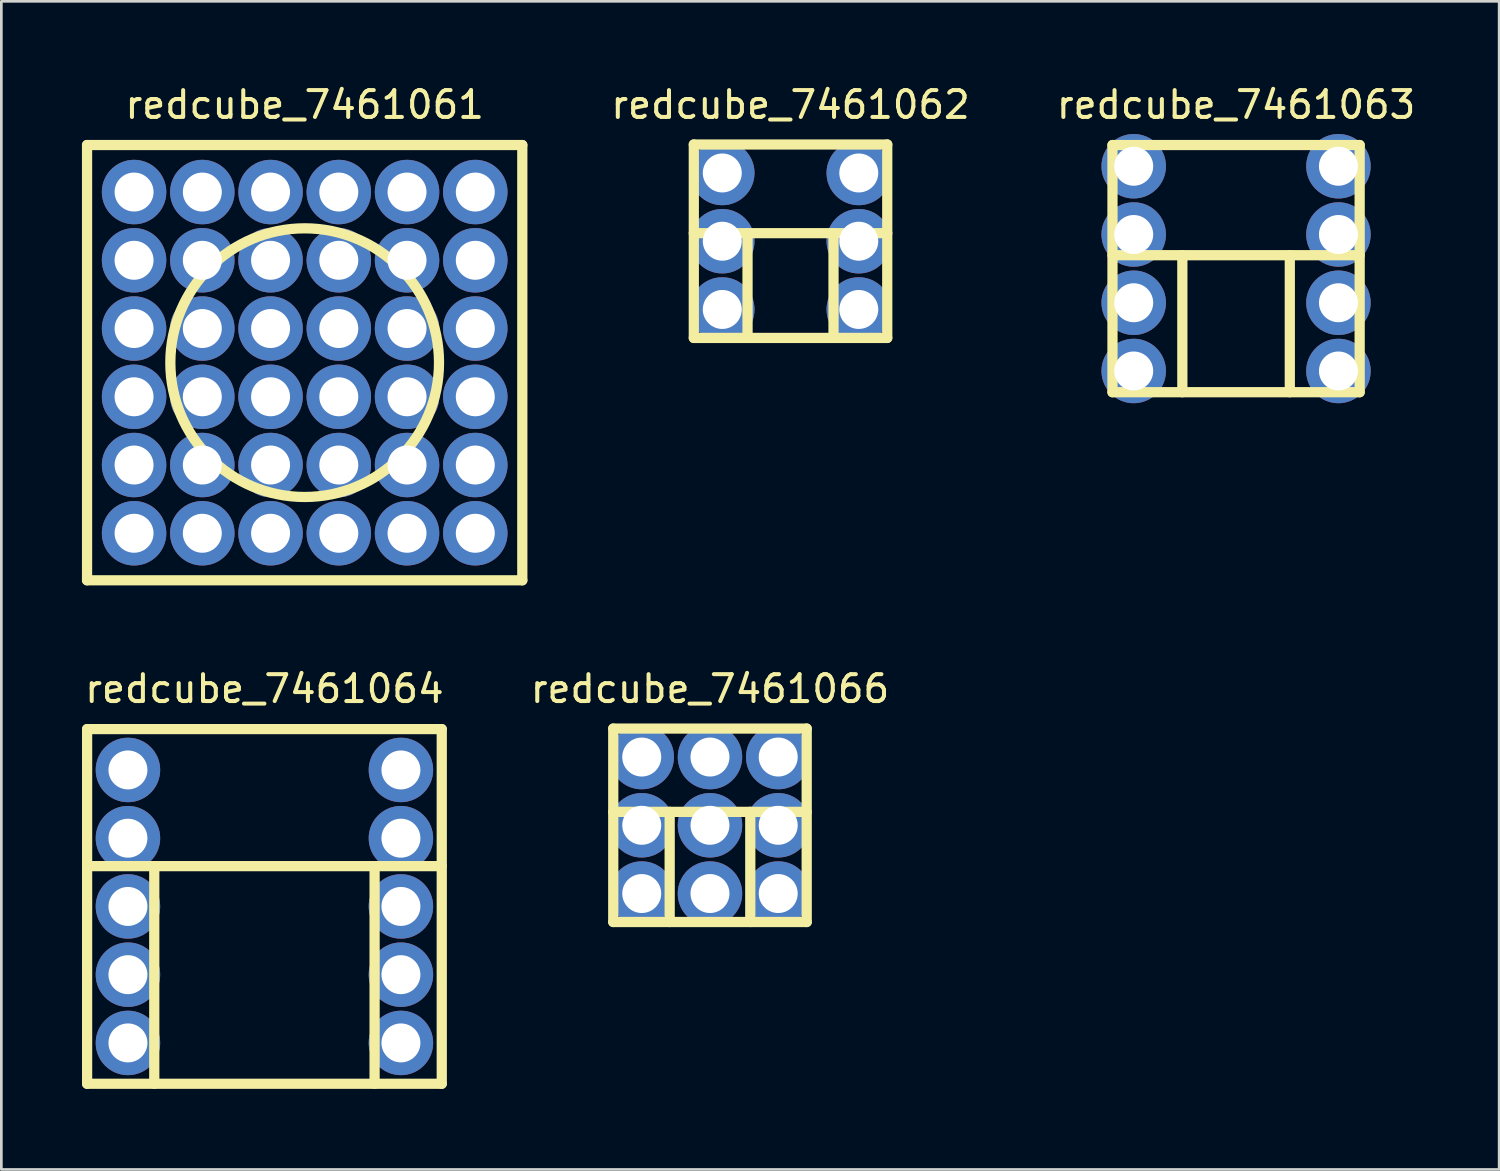
<source format=kicad_pcb>
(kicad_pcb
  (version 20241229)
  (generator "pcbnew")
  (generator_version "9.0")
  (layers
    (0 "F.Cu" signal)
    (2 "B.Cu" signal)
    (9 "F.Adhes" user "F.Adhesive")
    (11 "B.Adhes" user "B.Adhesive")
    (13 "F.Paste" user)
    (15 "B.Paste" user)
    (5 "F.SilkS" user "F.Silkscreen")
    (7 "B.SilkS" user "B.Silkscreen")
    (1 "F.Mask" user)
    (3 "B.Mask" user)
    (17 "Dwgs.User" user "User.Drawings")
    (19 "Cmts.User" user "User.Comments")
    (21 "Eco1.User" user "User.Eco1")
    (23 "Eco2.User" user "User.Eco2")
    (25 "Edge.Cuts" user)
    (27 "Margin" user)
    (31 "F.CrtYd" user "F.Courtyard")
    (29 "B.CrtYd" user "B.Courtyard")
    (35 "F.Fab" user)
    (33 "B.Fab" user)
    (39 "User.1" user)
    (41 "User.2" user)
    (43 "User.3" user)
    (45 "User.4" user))
  (footprint "redcube_7461061"
    (layer "F.Cu")
    (at 8.29 10.448)
    (property "Reference" "redcube_7461061" (at 0 -9.6 0) (layer "F.SilkS") (effects (font (size 1 1) (thickness 0.15))))
    (attr through_hole)
    (fp_line (start -8.1 -8.1) (end 8.1 -8.1) (stroke (width 0.381) (type solid)) (layer "F.SilkS"))
    (fp_line (start -8.1 8.1) (end -8.1 -8.1) (stroke (width 0.381) (type solid)) (layer "F.SilkS"))
    (fp_line (start 8.1 -8.1) (end 8.1 8.1) (stroke (width 0.381) (type solid)) (layer "F.SilkS"))
    (fp_line (start 8.1 8.1) (end -8.1 8.1) (stroke (width 0.381) (type solid)) (layer "F.SilkS"))
    (fp_circle (center 0 0) (end 5 0) (stroke (width 0.381) (type solid)) (fill no) (layer "F.SilkS"))
    (pad "1" thru_hole circle (at -6.35 -6.35) (size 2.4 2.4) (drill 1.45) (layers "*.Cu" "*.Mask"))
    (pad "1" thru_hole circle (at -6.35 -3.81) (size 2.4 2.4) (drill 1.45) (layers "*.Cu" "*.Mask"))
    (pad "1" thru_hole circle (at -6.35 -1.27) (size 2.4 2.4) (drill 1.45) (layers "*.Cu" "*.Mask"))
    (pad "1" thru_hole circle (at -6.35 1.27) (size 2.4 2.4) (drill 1.45) (layers "*.Cu" "*.Mask"))
    (pad "1" thru_hole circle (at -6.35 3.81) (size 2.4 2.4) (drill 1.45) (layers "*.Cu" "*.Mask"))
    (pad "1" thru_hole circle (at -6.35 6.35) (size 2.4 2.4) (drill 1.45) (layers "*.Cu" "*.Mask"))
    (pad "1" thru_hole circle (at -3.81 -6.35) (size 2.4 2.4) (drill 1.45) (layers "*.Cu" "*.Mask"))
    (pad "1" thru_hole circle (at -3.81 -3.81) (size 2.4 2.4) (drill 1.45) (layers "*.Cu" "*.Mask"))
    (pad "1" thru_hole circle (at -3.81 -1.27) (size 2.4 2.4) (drill 1.45) (layers "*.Cu" "*.Mask"))
    (pad "1" thru_hole circle (at -3.81 1.27) (size 2.4 2.4) (drill 1.45) (layers "*.Cu" "*.Mask"))
    (pad "1" thru_hole circle (at -3.81 3.81) (size 2.4 2.4) (drill 1.45) (layers "*.Cu" "*.Mask"))
    (pad "1" thru_hole circle (at -3.81 6.35) (size 2.4 2.4) (drill 1.45) (layers "*.Cu" "*.Mask"))
    (pad "1" thru_hole circle (at -1.27 -6.35) (size 2.4 2.4) (drill 1.45) (layers "*.Cu" "*.Mask"))
    (pad "1" thru_hole circle (at -1.27 -3.81) (size 2.4 2.4) (drill 1.45) (layers "*.Cu" "*.Mask"))
    (pad "1" thru_hole circle (at -1.27 -1.27) (size 2.4 2.4) (drill 1.45) (layers "*.Cu" "*.Mask"))
    (pad "1" thru_hole circle (at -1.27 1.27) (size 2.4 2.4) (drill 1.45) (layers "*.Cu" "*.Mask"))
    (pad "1" thru_hole circle (at -1.27 3.81) (size 2.4 2.4) (drill 1.45) (layers "*.Cu" "*.Mask"))
    (pad "1" thru_hole circle (at -1.27 6.35) (size 2.4 2.4) (drill 1.45) (layers "*.Cu" "*.Mask"))
    (pad "1" thru_hole circle (at 1.27 -6.35) (size 2.4 2.4) (drill 1.45) (layers "*.Cu" "*.Mask"))
    (pad "1" thru_hole circle (at 1.27 -3.81) (size 2.4 2.4) (drill 1.45) (layers "*.Cu" "*.Mask"))
    (pad "1" thru_hole circle (at 1.27 -1.27) (size 2.4 2.4) (drill 1.45) (layers "*.Cu" "*.Mask"))
    (pad "1" thru_hole circle (at 1.27 1.27) (size 2.4 2.4) (drill 1.45) (layers "*.Cu" "*.Mask"))
    (pad "1" thru_hole circle (at 1.27 3.81) (size 2.4 2.4) (drill 1.45) (layers "*.Cu" "*.Mask"))
    (pad "1" thru_hole circle (at 1.27 6.35) (size 2.4 2.4) (drill 1.45) (layers "*.Cu" "*.Mask"))
    (pad "1" thru_hole circle (at 3.81 -6.35) (size 2.4 2.4) (drill 1.45) (layers "*.Cu" "*.Mask"))
    (pad "1" thru_hole circle (at 3.81 -3.81) (size 2.4 2.4) (drill 1.45) (layers "*.Cu" "*.Mask"))
    (pad "1" thru_hole circle (at 3.81 -1.27) (size 2.4 2.4) (drill 1.45) (layers "*.Cu" "*.Mask"))
    (pad "1" thru_hole circle (at 3.81 1.27) (size 2.4 2.4) (drill 1.45) (layers "*.Cu" "*.Mask"))
    (pad "1" thru_hole circle (at 3.81 3.81) (size 2.4 2.4) (drill 1.45) (layers "*.Cu" "*.Mask"))
    (pad "1" thru_hole circle (at 3.81 6.35) (size 2.4 2.4) (drill 1.45) (layers "*.Cu" "*.Mask"))
    (pad "1" thru_hole circle (at 6.35 -6.35) (size 2.4 2.4) (drill 1.45) (layers "*.Cu" "*.Mask"))
    (pad "1" thru_hole circle (at 6.35 -3.81) (size 2.4 2.4) (drill 1.45) (layers "*.Cu" "*.Mask"))
    (pad "1" thru_hole circle (at 6.35 -1.27) (size 2.4 2.4) (drill 1.45) (layers "*.Cu" "*.Mask"))
    (pad "1" thru_hole circle (at 6.35 1.27) (size 2.4 2.4) (drill 1.45) (layers "*.Cu" "*.Mask"))
    (pad "1" thru_hole circle (at 6.35 3.81) (size 2.4 2.4) (drill 1.45) (layers "*.Cu" "*.Mask"))
    (pad "1" thru_hole circle (at 6.35 6.35) (size 2.4 2.4) (drill 1.45) (layers "*.Cu" "*.Mask")))
  (footprint "redcube_7461064"
    (layer "F.Cu")
    (at 6.792 30.687)
    (property "Reference" "redcube_7461064" (at 0 -8.1 0) (layer "F.SilkS") (effects (font (size 1 1) (thickness 0.15))))
    (attr through_hole)
    (fp_line (start -6.6 -6.6) (end 6.6 -6.6) (stroke (width 0.381) (type solid)) (layer "F.SilkS"))
    (fp_line (start -6.6 6.6) (end -6.6 -6.6) (stroke (width 0.381) (type solid)) (layer "F.SilkS"))
    (fp_line (start -4.1 -1.5) (end -4.1 6.6) (stroke (width 0.381) (type solid)) (layer "F.SilkS"))
    (fp_line (start 4.1 -1.5) (end 4.1 6.6) (stroke (width 0.381) (type solid)) (layer "F.SilkS"))
    (fp_line (start 6.6 -6.6) (end 6.6 6.6) (stroke (width 0.381) (type solid)) (layer "F.SilkS"))
    (fp_line (start 6.6 -1.5) (end -6.6 -1.5) (stroke (width 0.381) (type solid)) (layer "F.SilkS"))
    (fp_line (start 6.6 6.6) (end -6.6 6.6) (stroke (width 0.381) (type solid)) (layer "F.SilkS"))
    (pad "1" thru_hole circle (at -5.08 -5.08) (size 2.4 2.4) (drill 1.45) (layers "*.Cu" "*.Mask"))
    (pad "1" thru_hole circle (at -5.08 -2.54) (size 2.4 2.4) (drill 1.45) (layers "*.Cu" "*.Mask"))
    (pad "1" thru_hole circle (at -5.08 0) (size 2.4 2.4) (drill 1.45) (layers "*.Cu" "*.Mask"))
    (pad "1" thru_hole circle (at -5.08 2.54) (size 2.4 2.4) (drill 1.45) (layers "*.Cu" "*.Mask"))
    (pad "1" thru_hole circle (at -5.08 5.08) (size 2.4 2.4) (drill 1.45) (layers "*.Cu" "*.Mask"))
    (pad "1" thru_hole circle (at 5.08 -5.08) (size 2.4 2.4) (drill 1.45) (layers "*.Cu" "*.Mask"))
    (pad "1" thru_hole circle (at 5.08 -2.54) (size 2.4 2.4) (drill 1.45) (layers "*.Cu" "*.Mask"))
    (pad "1" thru_hole circle (at 5.08 0) (size 2.4 2.4) (drill 1.45) (layers "*.Cu" "*.Mask"))
    (pad "1" thru_hole circle (at 5.08 2.54) (size 2.4 2.4) (drill 1.45) (layers "*.Cu" "*.Mask"))
    (pad "1" thru_hole circle (at 5.08 5.08) (size 2.4 2.4) (drill 1.45) (layers "*.Cu" "*.Mask")))
  (footprint "redcube_7461063"
    (layer "F.Cu")
    (at 42.956 6.948)
    (property "Reference" "redcube_7461063" (at 0 -6.1 0) (layer "F.SilkS") (effects (font (size 1 1) (thickness 0.15))))
    (attr through_hole)
    (fp_line (start -4.6 -4.6) (end 4.6 -4.6) (stroke (width 0.381) (type solid)) (layer "F.SilkS"))
    (fp_line (start -4.6 4.6) (end -4.6 -4.6) (stroke (width 0.381) (type solid)) (layer "F.SilkS"))
    (fp_line (start -2 -0.5) (end -2 4.6) (stroke (width 0.381) (type solid)) (layer "F.SilkS"))
    (fp_line (start 2 -0.5) (end 2 4.6) (stroke (width 0.381) (type solid)) (layer "F.SilkS"))
    (fp_line (start 4.6 -4.6) (end 4.6 4.6) (stroke (width 0.381) (type solid)) (layer "F.SilkS"))
    (fp_line (start 4.6 -0.5) (end -4.6 -0.5) (stroke (width 0.381) (type solid)) (layer "F.SilkS"))
    (fp_line (start 4.6 4.6) (end -4.6 4.6) (stroke (width 0.381) (type solid)) (layer "F.SilkS"))
    (pad "1" thru_hole circle (at -3.81 -3.81) (size 2.4 2.4) (drill 1.45) (layers "*.Cu" "*.Mask"))
    (pad "1" thru_hole circle (at -3.81 -1.27) (size 2.4 2.4) (drill 1.45) (layers "*.Cu" "*.Mask"))
    (pad "1" thru_hole circle (at -3.81 1.27) (size 2.4 2.4) (drill 1.45) (layers "*.Cu" "*.Mask"))
    (pad "1" thru_hole circle (at -3.81 3.81) (size 2.4 2.4) (drill 1.45) (layers "*.Cu" "*.Mask"))
    (pad "1" thru_hole circle (at 3.81 -3.81) (size 2.4 2.4) (drill 1.45) (layers "*.Cu" "*.Mask"))
    (pad "1" thru_hole circle (at 3.81 -1.27) (size 2.4 2.4) (drill 1.45) (layers "*.Cu" "*.Mask"))
    (pad "1" thru_hole circle (at 3.81 1.27) (size 2.4 2.4) (drill 1.45) (layers "*.Cu" "*.Mask"))
    (pad "1" thru_hole circle (at 3.81 3.81) (size 2.4 2.4) (drill 1.45) (layers "*.Cu" "*.Mask")))
  (footprint "redcube_7461062"
    (layer "F.Cu")
    (at 26.373 5.928)
    (property "Reference" "redcube_7461062" (at 0 -5.08 0) (layer "F.SilkS") (effects (font (size 1 1) (thickness 0.15))))
    (attr through_hole)
    (fp_line (start -3.6 -3.6) (end 3.6 -3.6) (stroke (width 0.381) (type solid)) (layer "F.SilkS"))
    (fp_line (start -3.6 3.6) (end -3.6 -3.6) (stroke (width 0.381) (type solid)) (layer "F.SilkS"))
    (fp_line (start -1.6 -0.3) (end -1.6 3.6) (stroke (width 0.381) (type solid)) (layer "F.SilkS"))
    (fp_line (start 1.6 -0.3) (end 1.6 3.6) (stroke (width 0.381) (type solid)) (layer "F.SilkS"))
    (fp_line (start 3.6 -3.6) (end 3.6 3.6) (stroke (width 0.381) (type solid)) (layer "F.SilkS"))
    (fp_line (start 3.6 -0.3) (end -3.6 -0.3) (stroke (width 0.381) (type solid)) (layer "F.SilkS"))
    (fp_line (start 3.6 3.6) (end -3.6 3.6) (stroke (width 0.381) (type solid)) (layer "F.SilkS"))
    (pad "1" thru_hole circle (at -2.54 -2.54) (size 2.4 2.4) (drill 1.45) (layers "*.Cu" "*.Mask"))
    (pad "1" thru_hole circle (at -2.54 0) (size 2.4 2.4) (drill 1.45) (layers "*.Cu" "*.Mask"))
    (pad "1" thru_hole circle (at -2.54 2.54) (size 2.4 2.4) (drill 1.45) (layers "*.Cu" "*.Mask"))
    (pad "1" thru_hole circle (at 2.54 -2.54) (size 2.4 2.4) (drill 1.45) (layers "*.Cu" "*.Mask"))
    (pad "1" thru_hole circle (at 2.54 0) (size 2.4 2.4) (drill 1.45) (layers "*.Cu" "*.Mask"))
    (pad "1" thru_hole circle (at 2.54 2.54) (size 2.4 2.4) (drill 1.45) (layers "*.Cu" "*.Mask")))
  (footprint "redcube_7461066"
    (layer "F.Cu")
    (at 23.375 27.667)
    (property "Reference" "redcube_7461066" (at 0 -5.08 0) (layer "F.SilkS") (effects (font (size 1 1) (thickness 0.15))))
    (attr through_hole)
    (fp_line (start -3.6 -3.6) (end 3.6 -3.6) (stroke (width 0.381) (type solid)) (layer "F.SilkS"))
    (fp_line (start -3.6 3.6) (end -3.6 -3.6) (stroke (width 0.381) (type solid)) (layer "F.SilkS"))
    (fp_line (start -1.5 -0.5) (end -1.5 3.6) (stroke (width 0.381) (type solid)) (layer "F.SilkS"))
    (fp_line (start 1.5 -0.5) (end 1.5 3.6) (stroke (width 0.381) (type solid)) (layer "F.SilkS"))
    (fp_line (start 3.6 -3.6) (end 3.6 3.6) (stroke (width 0.381) (type solid)) (layer "F.SilkS"))
    (fp_line (start 3.6 -0.5) (end -3.6 -0.5) (stroke (width 0.381) (type solid)) (layer "F.SilkS"))
    (fp_line (start 3.6 3.6) (end -3.6 3.6) (stroke (width 0.381) (type solid)) (layer "F.SilkS"))
    (pad "1" thru_hole circle (at -2.54 -2.54) (size 2.4 2.4) (drill 1.45) (layers "*.Cu" "*.Mask"))
    (pad "1" thru_hole circle (at -2.54 0) (size 2.4 2.4) (drill 1.45) (layers "*.Cu" "*.Mask"))
    (pad "1" thru_hole circle (at -2.54 2.54) (size 2.4 2.4) (drill 1.45) (layers "*.Cu" "*.Mask"))
    (pad "1" thru_hole circle (at 0 -2.54) (size 2.4 2.4) (drill 1.45) (layers "*.Cu" "*.Mask"))
    (pad "1" thru_hole circle (at 0 0) (size 2.4 2.4) (drill 1.45) (layers "*.Cu" "*.Mask"))
    (pad "1" thru_hole circle (at 0 2.54) (size 2.4 2.4) (drill 1.45) (layers "*.Cu" "*.Mask"))
    (pad "1" thru_hole circle (at 2.54 -2.54) (size 2.4 2.4) (drill 1.45) (layers "*.Cu" "*.Mask"))
    (pad "1" thru_hole circle (at 2.54 0) (size 2.4 2.4) (drill 1.45) (layers "*.Cu" "*.Mask"))
    (pad "1" thru_hole circle (at 2.54 2.54) (size 2.4 2.4) (drill 1.45) (layers "*.Cu" "*.Mask")))
  (gr_rect
    (start -3 -3)
    (end 52.748 40.477)
    (stroke (width 0.1) (type default))
    (fill no)
    (layer "Edge.Cuts")))
</source>
